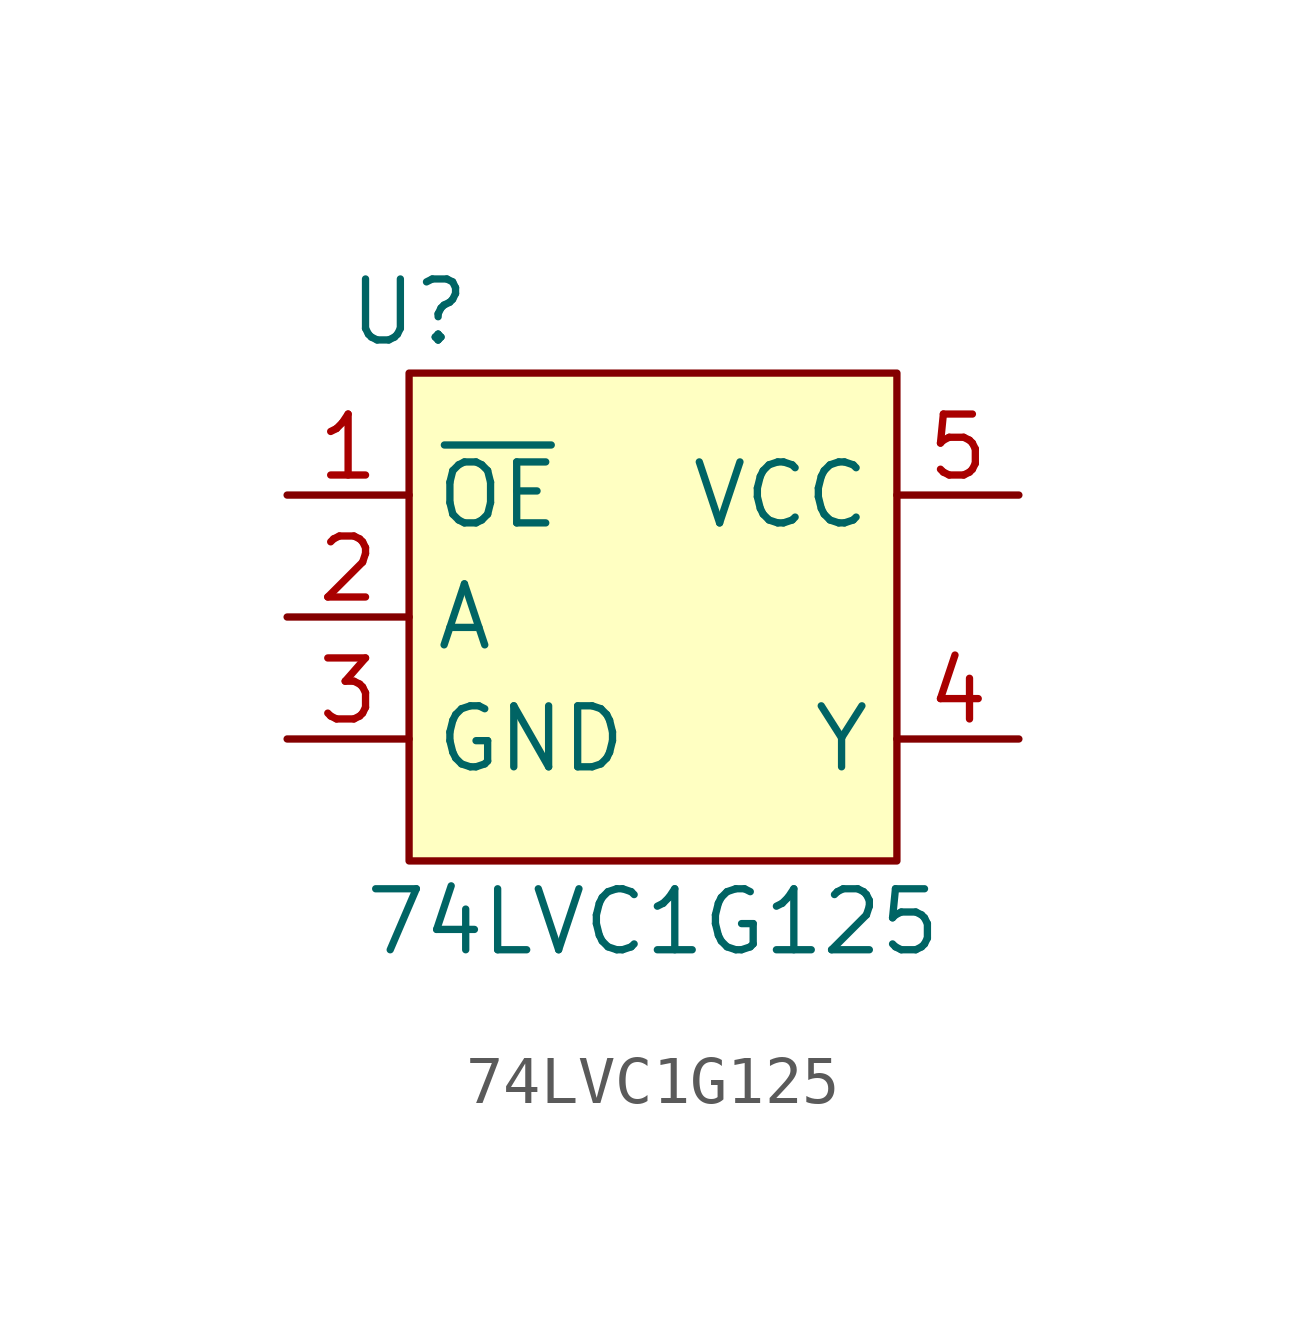
<source format=kicad_sym>
(kicad_symbol_lib
  (version 20231120)
  (generator "kicad_symbol_editor")
  (generator_version "8.0")
  (symbol "74LVC1G125"
    (property "Reference" "U"
      (at -5.08 6.35 0)
      (effects (font (size 1.27 1.27))))
    (property "Value" "74LVC1G125"
      (at 0 -6.35 0)
      (effects (font (size 1.27 1.27))))
    (symbol "74LVC1G125_1_1"
      (rectangle (start -5.08 5.08) (end 5.08 -5.08) (stroke (width 0) (type default)) (fill (type background)))
      (pin input line (at -7.62 2.54 0) (length 2.54) (name "~{OE}" (effects (font (size 1.27 1.27)))) (number "1" (effects (font (size 1.27 1.27)))))
      (pin input line (at -7.62 0 0) (length 2.54) (name "A" (effects (font (size 1.27 1.27)))) (number "2" (effects (font (size 1.27 1.27)))))
      (pin power_in line (at -7.62 -2.54 0) (length 2.54) (name "GND" (effects (font (size 1.27 1.27)))) (number "3" (effects (font (size 1.27 1.27)))))
      (pin tri_state line (at 7.62 -2.54 180) (length 2.54) (name "Y" (effects (font (size 1.27 1.27)))) (number "4" (effects (font (size 1.27 1.27)))))
      (pin power_in line (at 7.62 2.54 180) (length 2.54) (name "VCC" (effects (font (size 1.27 1.27)))) (number "5" (effects (font (size 1.27 1.27))))))))
</source>
